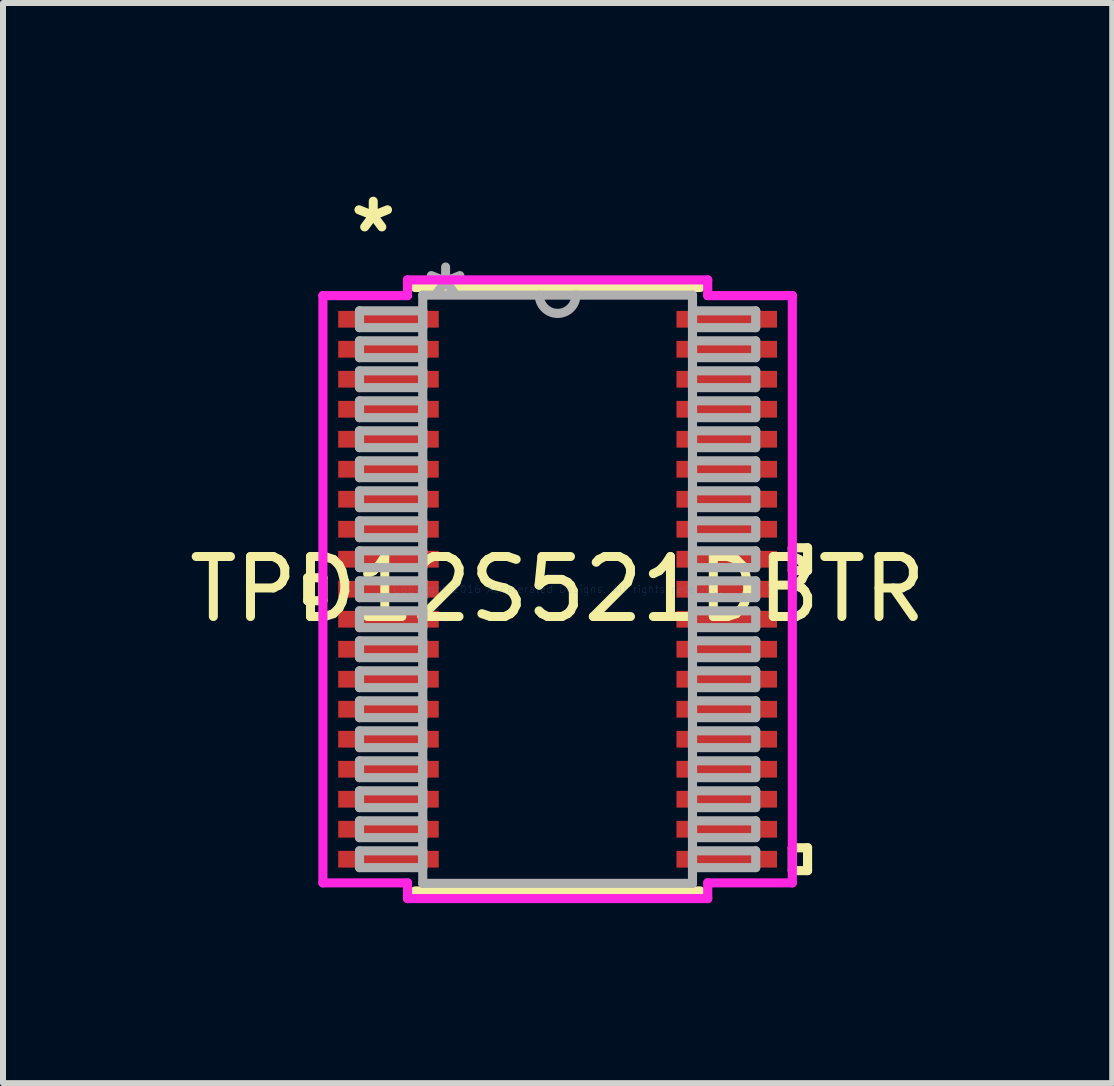
<source format=kicad_pcb>
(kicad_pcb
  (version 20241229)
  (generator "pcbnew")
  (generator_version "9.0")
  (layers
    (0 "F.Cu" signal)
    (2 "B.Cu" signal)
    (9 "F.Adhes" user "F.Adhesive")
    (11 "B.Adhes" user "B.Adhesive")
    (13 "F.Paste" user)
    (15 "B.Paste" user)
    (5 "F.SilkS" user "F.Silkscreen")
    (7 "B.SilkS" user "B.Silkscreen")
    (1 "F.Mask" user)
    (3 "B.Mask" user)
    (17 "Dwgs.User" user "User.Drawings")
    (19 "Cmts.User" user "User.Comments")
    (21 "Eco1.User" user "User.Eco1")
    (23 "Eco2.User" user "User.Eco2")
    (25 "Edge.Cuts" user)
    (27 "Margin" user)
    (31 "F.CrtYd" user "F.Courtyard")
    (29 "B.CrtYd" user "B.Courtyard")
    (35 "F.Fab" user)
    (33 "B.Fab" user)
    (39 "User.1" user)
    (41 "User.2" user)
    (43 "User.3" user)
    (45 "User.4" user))
  (footprint "TPD12S521DBTR"
    (layer "F.Cu")
    (at 6.244 6.771)
    (property "Reference" "TPD12S521DBTR" (at 0 0 0) (layer "F.SilkS") (effects (font (size 1 1) (thickness 0.15))))
    (attr through_hole)
    (fp_line (start -4.166 -0.191) (end -4.166 0.191) (stroke (width 0.152) (type solid)) (layer "F.SilkS"))
    (fp_line (start -4.166 0.191) (end -3.912 0.191) (stroke (width 0.152) (type solid)) (layer "F.SilkS"))
    (fp_line (start -3.912 -0.191) (end -4.166 -0.191) (stroke (width 0.152) (type solid)) (layer "F.SilkS"))
    (fp_line (start -3.912 0.191) (end -3.912 -0.191) (stroke (width 0.152) (type solid)) (layer "F.SilkS"))
    (fp_line (start -2.375 5.029) (end 2.375 5.029) (stroke (width 0.152) (type solid)) (layer "F.SilkS"))
    (fp_line (start 2.375 -5.029) (end -2.375 -5.029) (stroke (width 0.152) (type solid)) (layer "F.SilkS"))
    (fp_line (start 3.912 -0.691) (end 4.166 -0.691) (stroke (width 0.152) (type solid)) (layer "F.SilkS"))
    (fp_line (start 3.912 -0.31) (end 3.912 -0.691) (stroke (width 0.152) (type solid)) (layer "F.SilkS"))
    (fp_line (start 3.912 4.309) (end 4.166 4.309) (stroke (width 0.152) (type solid)) (layer "F.SilkS"))
    (fp_line (start 3.912 4.69) (end 3.912 4.309) (stroke (width 0.152) (type solid)) (layer "F.SilkS"))
    (fp_line (start 4.166 -0.691) (end 4.166 -0.31) (stroke (width 0.152) (type solid)) (layer "F.SilkS"))
    (fp_line (start 4.166 -0.31) (end 3.912 -0.31) (stroke (width 0.152) (type solid)) (layer "F.SilkS"))
    (fp_line (start 4.166 4.309) (end 4.166 4.69) (stroke (width 0.152) (type solid)) (layer "F.SilkS"))
    (fp_line (start 4.166 4.69) (end 3.912 4.69) (stroke (width 0.152) (type solid)) (layer "F.SilkS"))
    (fp_line (start -3.912 -4.894) (end -2.502 -4.894) (stroke (width 0.152) (type solid)) (layer "F.CrtYd"))
    (fp_line (start -3.912 4.894) (end -3.912 -4.894) (stroke (width 0.152) (type solid)) (layer "F.CrtYd"))
    (fp_line (start -2.502 -5.156) (end 2.502 -5.156) (stroke (width 0.152) (type solid)) (layer "F.CrtYd"))
    (fp_line (start -2.502 -4.894) (end -2.502 -5.156) (stroke (width 0.152) (type solid)) (layer "F.CrtYd"))
    (fp_line (start -2.502 4.894) (end -3.912 4.894) (stroke (width 0.152) (type solid)) (layer "F.CrtYd"))
    (fp_line (start -2.502 5.156) (end -2.502 4.894) (stroke (width 0.152) (type solid)) (layer "F.CrtYd"))
    (fp_line (start 2.502 -5.156) (end 2.502 -4.894) (stroke (width 0.152) (type solid)) (layer "F.CrtYd"))
    (fp_line (start 2.502 -4.894) (end 3.912 -4.894) (stroke (width 0.152) (type solid)) (layer "F.CrtYd"))
    (fp_line (start 2.502 4.894) (end 2.502 5.156) (stroke (width 0.152) (type solid)) (layer "F.CrtYd"))
    (fp_line (start 2.502 5.156) (end -2.502 5.156) (stroke (width 0.152) (type solid)) (layer "F.CrtYd"))
    (fp_line (start 3.912 -4.894) (end 3.912 4.894) (stroke (width 0.152) (type solid)) (layer "F.CrtYd"))
    (fp_line (start 3.912 4.894) (end 2.502 4.894) (stroke (width 0.152) (type solid)) (layer "F.CrtYd"))
    (fp_line (start -3.302 -4.64) (end -3.302 -4.36) (stroke (width 0.152) (type solid)) (layer "F.Fab"))
    (fp_line (start -3.302 -4.36) (end -2.248 -4.36) (stroke (width 0.152) (type solid)) (layer "F.Fab"))
    (fp_line (start -3.302 -4.14) (end -3.302 -3.86) (stroke (width 0.152) (type solid)) (layer "F.Fab"))
    (fp_line (start -3.302 -3.86) (end -2.248 -3.86) (stroke (width 0.152) (type solid)) (layer "F.Fab"))
    (fp_line (start -3.302 -3.64) (end -3.302 -3.36) (stroke (width 0.152) (type solid)) (layer "F.Fab"))
    (fp_line (start -3.302 -3.36) (end -2.248 -3.36) (stroke (width 0.152) (type solid)) (layer "F.Fab"))
    (fp_line (start -3.302 -3.14) (end -3.302 -2.86) (stroke (width 0.152) (type solid)) (layer "F.Fab"))
    (fp_line (start -3.302 -2.86) (end -2.248 -2.86) (stroke (width 0.152) (type solid)) (layer "F.Fab"))
    (fp_line (start -3.302 -2.64) (end -3.302 -2.36) (stroke (width 0.152) (type solid)) (layer "F.Fab"))
    (fp_line (start -3.302 -2.36) (end -2.248 -2.36) (stroke (width 0.152) (type solid)) (layer "F.Fab"))
    (fp_line (start -3.302 -2.14) (end -3.302 -1.86) (stroke (width 0.152) (type solid)) (layer "F.Fab"))
    (fp_line (start -3.302 -1.86) (end -2.248 -1.86) (stroke (width 0.152) (type solid)) (layer "F.Fab"))
    (fp_line (start -3.302 -1.64) (end -3.302 -1.36) (stroke (width 0.152) (type solid)) (layer "F.Fab"))
    (fp_line (start -3.302 -1.36) (end -2.248 -1.36) (stroke (width 0.152) (type solid)) (layer "F.Fab"))
    (fp_line (start -3.302 -1.14) (end -3.302 -0.86) (stroke (width 0.152) (type solid)) (layer "F.Fab"))
    (fp_line (start -3.302 -0.86) (end -2.248 -0.86) (stroke (width 0.152) (type solid)) (layer "F.Fab"))
    (fp_line (start -3.302 -0.64) (end -3.302 -0.36) (stroke (width 0.152) (type solid)) (layer "F.Fab"))
    (fp_line (start -3.302 -0.36) (end -2.248 -0.36) (stroke (width 0.152) (type solid)) (layer "F.Fab"))
    (fp_line (start -3.302 -0.14) (end -3.302 0.14) (stroke (width 0.152) (type solid)) (layer "F.Fab"))
    (fp_line (start -3.302 0.14) (end -2.248 0.14) (stroke (width 0.152) (type solid)) (layer "F.Fab"))
    (fp_line (start -3.302 0.36) (end -3.302 0.64) (stroke (width 0.152) (type solid)) (layer "F.Fab"))
    (fp_line (start -3.302 0.64) (end -2.248 0.64) (stroke (width 0.152) (type solid)) (layer "F.Fab"))
    (fp_line (start -3.302 0.86) (end -3.302 1.14) (stroke (width 0.152) (type solid)) (layer "F.Fab"))
    (fp_line (start -3.302 1.14) (end -2.248 1.14) (stroke (width 0.152) (type solid)) (layer "F.Fab"))
    (fp_line (start -3.302 1.36) (end -3.302 1.64) (stroke (width 0.152) (type solid)) (layer "F.Fab"))
    (fp_line (start -3.302 1.64) (end -2.248 1.64) (stroke (width 0.152) (type solid)) (layer "F.Fab"))
    (fp_line (start -3.302 1.86) (end -3.302 2.14) (stroke (width 0.152) (type solid)) (layer "F.Fab"))
    (fp_line (start -3.302 2.14) (end -2.248 2.14) (stroke (width 0.152) (type solid)) (layer "F.Fab"))
    (fp_line (start -3.302 2.36) (end -3.302 2.64) (stroke (width 0.152) (type solid)) (layer "F.Fab"))
    (fp_line (start -3.302 2.64) (end -2.248 2.64) (stroke (width 0.152) (type solid)) (layer "F.Fab"))
    (fp_line (start -3.302 2.86) (end -3.302 3.14) (stroke (width 0.152) (type solid)) (layer "F.Fab"))
    (fp_line (start -3.302 3.14) (end -2.248 3.14) (stroke (width 0.152) (type solid)) (layer "F.Fab"))
    (fp_line (start -3.302 3.36) (end -3.302 3.64) (stroke (width 0.152) (type solid)) (layer "F.Fab"))
    (fp_line (start -3.302 3.64) (end -2.248 3.64) (stroke (width 0.152) (type solid)) (layer "F.Fab"))
    (fp_line (start -3.302 3.86) (end -3.302 4.14) (stroke (width 0.152) (type solid)) (layer "F.Fab"))
    (fp_line (start -3.302 4.14) (end -2.248 4.14) (stroke (width 0.152) (type solid)) (layer "F.Fab"))
    (fp_line (start -3.302 4.36) (end -3.302 4.64) (stroke (width 0.152) (type solid)) (layer "F.Fab"))
    (fp_line (start -3.302 4.64) (end -2.248 4.64) (stroke (width 0.152) (type solid)) (layer "F.Fab"))
    (fp_line (start -2.248 -4.902) (end -2.248 4.902) (stroke (width 0.152) (type solid)) (layer "F.Fab"))
    (fp_line (start -2.248 -4.64) (end -3.302 -4.64) (stroke (width 0.152) (type solid)) (layer "F.Fab"))
    (fp_line (start -2.248 -4.36) (end -2.248 -4.64) (stroke (width 0.152) (type solid)) (layer "F.Fab"))
    (fp_line (start -2.248 -4.14) (end -3.302 -4.14) (stroke (width 0.152) (type solid)) (layer "F.Fab"))
    (fp_line (start -2.248 -3.86) (end -2.248 -4.14) (stroke (width 0.152) (type solid)) (layer "F.Fab"))
    (fp_line (start -2.248 -3.64) (end -3.302 -3.64) (stroke (width 0.152) (type solid)) (layer "F.Fab"))
    (fp_line (start -2.248 -3.36) (end -2.248 -3.64) (stroke (width 0.152) (type solid)) (layer "F.Fab"))
    (fp_line (start -2.248 -3.14) (end -3.302 -3.14) (stroke (width 0.152) (type solid)) (layer "F.Fab"))
    (fp_line (start -2.248 -2.86) (end -2.248 -3.14) (stroke (width 0.152) (type solid)) (layer "F.Fab"))
    (fp_line (start -2.248 -2.64) (end -3.302 -2.64) (stroke (width 0.152) (type solid)) (layer "F.Fab"))
    (fp_line (start -2.248 -2.36) (end -2.248 -2.64) (stroke (width 0.152) (type solid)) (layer "F.Fab"))
    (fp_line (start -2.248 -2.14) (end -3.302 -2.14) (stroke (width 0.152) (type solid)) (layer "F.Fab"))
    (fp_line (start -2.248 -1.86) (end -2.248 -2.14) (stroke (width 0.152) (type solid)) (layer "F.Fab"))
    (fp_line (start -2.248 -1.64) (end -3.302 -1.64) (stroke (width 0.152) (type solid)) (layer "F.Fab"))
    (fp_line (start -2.248 -1.36) (end -2.248 -1.64) (stroke (width 0.152) (type solid)) (layer "F.Fab"))
    (fp_line (start -2.248 -1.14) (end -3.302 -1.14) (stroke (width 0.152) (type solid)) (layer "F.Fab"))
    (fp_line (start -2.248 -0.86) (end -2.248 -1.14) (stroke (width 0.152) (type solid)) (layer "F.Fab"))
    (fp_line (start -2.248 -0.64) (end -3.302 -0.64) (stroke (width 0.152) (type solid)) (layer "F.Fab"))
    (fp_line (start -2.248 -0.36) (end -2.248 -0.64) (stroke (width 0.152) (type solid)) (layer "F.Fab"))
    (fp_line (start -2.248 -0.14) (end -3.302 -0.14) (stroke (width 0.152) (type solid)) (layer "F.Fab"))
    (fp_line (start -2.248 0.14) (end -2.248 -0.14) (stroke (width 0.152) (type solid)) (layer "F.Fab"))
    (fp_line (start -2.248 0.36) (end -3.302 0.36) (stroke (width 0.152) (type solid)) (layer "F.Fab"))
    (fp_line (start -2.248 0.64) (end -2.248 0.36) (stroke (width 0.152) (type solid)) (layer "F.Fab"))
    (fp_line (start -2.248 0.86) (end -3.302 0.86) (stroke (width 0.152) (type solid)) (layer "F.Fab"))
    (fp_line (start -2.248 1.14) (end -2.248 0.86) (stroke (width 0.152) (type solid)) (layer "F.Fab"))
    (fp_line (start -2.248 1.36) (end -3.302 1.36) (stroke (width 0.152) (type solid)) (layer "F.Fab"))
    (fp_line (start -2.248 1.64) (end -2.248 1.36) (stroke (width 0.152) (type solid)) (layer "F.Fab"))
    (fp_line (start -2.248 1.86) (end -3.302 1.86) (stroke (width 0.152) (type solid)) (layer "F.Fab"))
    (fp_line (start -2.248 2.14) (end -2.248 1.86) (stroke (width 0.152) (type solid)) (layer "F.Fab"))
    (fp_line (start -2.248 2.36) (end -3.302 2.36) (stroke (width 0.152) (type solid)) (layer "F.Fab"))
    (fp_line (start -2.248 2.64) (end -2.248 2.36) (stroke (width 0.152) (type solid)) (layer "F.Fab"))
    (fp_line (start -2.248 2.86) (end -3.302 2.86) (stroke (width 0.152) (type solid)) (layer "F.Fab"))
    (fp_line (start -2.248 3.14) (end -2.248 2.86) (stroke (width 0.152) (type solid)) (layer "F.Fab"))
    (fp_line (start -2.248 3.36) (end -3.302 3.36) (stroke (width 0.152) (type solid)) (layer "F.Fab"))
    (fp_line (start -2.248 3.64) (end -2.248 3.36) (stroke (width 0.152) (type solid)) (layer "F.Fab"))
    (fp_line (start -2.248 3.86) (end -3.302 3.86) (stroke (width 0.152) (type solid)) (layer "F.Fab"))
    (fp_line (start -2.248 4.14) (end -2.248 3.86) (stroke (width 0.152) (type solid)) (layer "F.Fab"))
    (fp_line (start -2.248 4.36) (end -3.302 4.36) (stroke (width 0.152) (type solid)) (layer "F.Fab"))
    (fp_line (start -2.248 4.64) (end -2.248 4.36) (stroke (width 0.152) (type solid)) (layer "F.Fab"))
    (fp_line (start -2.248 4.902) (end 2.248 4.902) (stroke (width 0.152) (type solid)) (layer "F.Fab"))
    (fp_line (start 2.248 -4.902) (end -2.248 -4.902) (stroke (width 0.152) (type solid)) (layer "F.Fab"))
    (fp_line (start 2.248 -4.64) (end 2.248 -4.36) (stroke (width 0.152) (type solid)) (layer "F.Fab"))
    (fp_line (start 2.248 -4.36) (end 3.302 -4.36) (stroke (width 0.152) (type solid)) (layer "F.Fab"))
    (fp_line (start 2.248 -4.14) (end 2.248 -3.86) (stroke (width 0.152) (type solid)) (layer "F.Fab"))
    (fp_line (start 2.248 -3.86) (end 3.302 -3.86) (stroke (width 0.152) (type solid)) (layer "F.Fab"))
    (fp_line (start 2.248 -3.64) (end 2.248 -3.36) (stroke (width 0.152) (type solid)) (layer "F.Fab"))
    (fp_line (start 2.248 -3.36) (end 3.302 -3.36) (stroke (width 0.152) (type solid)) (layer "F.Fab"))
    (fp_line (start 2.248 -3.14) (end 2.248 -2.86) (stroke (width 0.152) (type solid)) (layer "F.Fab"))
    (fp_line (start 2.248 -2.86) (end 3.302 -2.86) (stroke (width 0.152) (type solid)) (layer "F.Fab"))
    (fp_line (start 2.248 -2.64) (end 2.248 -2.36) (stroke (width 0.152) (type solid)) (layer "F.Fab"))
    (fp_line (start 2.248 -2.36) (end 3.302 -2.36) (stroke (width 0.152) (type solid)) (layer "F.Fab"))
    (fp_line (start 2.248 -2.14) (end 2.248 -1.86) (stroke (width 0.152) (type solid)) (layer "F.Fab"))
    (fp_line (start 2.248 -1.86) (end 3.302 -1.86) (stroke (width 0.152) (type solid)) (layer "F.Fab"))
    (fp_line (start 2.248 -1.64) (end 2.248 -1.36) (stroke (width 0.152) (type solid)) (layer "F.Fab"))
    (fp_line (start 2.248 -1.36) (end 3.302 -1.36) (stroke (width 0.152) (type solid)) (layer "F.Fab"))
    (fp_line (start 2.248 -1.14) (end 2.248 -0.86) (stroke (width 0.152) (type solid)) (layer "F.Fab"))
    (fp_line (start 2.248 -0.86) (end 3.302 -0.86) (stroke (width 0.152) (type solid)) (layer "F.Fab"))
    (fp_line (start 2.248 -0.64) (end 2.248 -0.36) (stroke (width 0.152) (type solid)) (layer "F.Fab"))
    (fp_line (start 2.248 -0.36) (end 3.302 -0.36) (stroke (width 0.152) (type solid)) (layer "F.Fab"))
    (fp_line (start 2.248 -0.14) (end 2.248 0.14) (stroke (width 0.152) (type solid)) (layer "F.Fab"))
    (fp_line (start 2.248 0.14) (end 3.302 0.14) (stroke (width 0.152) (type solid)) (layer "F.Fab"))
    (fp_line (start 2.248 0.36) (end 2.248 0.64) (stroke (width 0.152) (type solid)) (layer "F.Fab"))
    (fp_line (start 2.248 0.64) (end 3.302 0.64) (stroke (width 0.152) (type solid)) (layer "F.Fab"))
    (fp_line (start 2.248 0.86) (end 2.248 1.14) (stroke (width 0.152) (type solid)) (layer "F.Fab"))
    (fp_line (start 2.248 1.14) (end 3.302 1.14) (stroke (width 0.152) (type solid)) (layer "F.Fab"))
    (fp_line (start 2.248 1.36) (end 2.248 1.64) (stroke (width 0.152) (type solid)) (layer "F.Fab"))
    (fp_line (start 2.248 1.64) (end 3.302 1.64) (stroke (width 0.152) (type solid)) (layer "F.Fab"))
    (fp_line (start 2.248 1.86) (end 2.248 2.14) (stroke (width 0.152) (type solid)) (layer "F.Fab"))
    (fp_line (start 2.248 2.14) (end 3.302 2.14) (stroke (width 0.152) (type solid)) (layer "F.Fab"))
    (fp_line (start 2.248 2.36) (end 2.248 2.64) (stroke (width 0.152) (type solid)) (layer "F.Fab"))
    (fp_line (start 2.248 2.64) (end 3.302 2.64) (stroke (width 0.152) (type solid)) (layer "F.Fab"))
    (fp_line (start 2.248 2.86) (end 2.248 3.14) (stroke (width 0.152) (type solid)) (layer "F.Fab"))
    (fp_line (start 2.248 3.14) (end 3.302 3.14) (stroke (width 0.152) (type solid)) (layer "F.Fab"))
    (fp_line (start 2.248 3.36) (end 2.248 3.64) (stroke (width 0.152) (type solid)) (layer "F.Fab"))
    (fp_line (start 2.248 3.64) (end 3.302 3.64) (stroke (width 0.152) (type solid)) (layer "F.Fab"))
    (fp_line (start 2.248 3.86) (end 2.248 4.14) (stroke (width 0.152) (type solid)) (layer "F.Fab"))
    (fp_line (start 2.248 4.14) (end 3.302 4.14) (stroke (width 0.152) (type solid)) (layer "F.Fab"))
    (fp_line (start 2.248 4.36) (end 2.248 4.64) (stroke (width 0.152) (type solid)) (layer "F.Fab"))
    (fp_line (start 2.248 4.64) (end 3.302 4.64) (stroke (width 0.152) (type solid)) (layer "F.Fab"))
    (fp_line (start 2.248 4.902) (end 2.248 -4.902) (stroke (width 0.152) (type solid)) (layer "F.Fab"))
    (fp_line (start 3.302 -4.64) (end 2.248 -4.64) (stroke (width 0.152) (type solid)) (layer "F.Fab"))
    (fp_line (start 3.302 -4.36) (end 3.302 -4.64) (stroke (width 0.152) (type solid)) (layer "F.Fab"))
    (fp_line (start 3.302 -4.14) (end 2.248 -4.14) (stroke (width 0.152) (type solid)) (layer "F.Fab"))
    (fp_line (start 3.302 -3.86) (end 3.302 -4.14) (stroke (width 0.152) (type solid)) (layer "F.Fab"))
    (fp_line (start 3.302 -3.64) (end 2.248 -3.64) (stroke (width 0.152) (type solid)) (layer "F.Fab"))
    (fp_line (start 3.302 -3.36) (end 3.302 -3.64) (stroke (width 0.152) (type solid)) (layer "F.Fab"))
    (fp_line (start 3.302 -3.14) (end 2.248 -3.14) (stroke (width 0.152) (type solid)) (layer "F.Fab"))
    (fp_line (start 3.302 -2.86) (end 3.302 -3.14) (stroke (width 0.152) (type solid)) (layer "F.Fab"))
    (fp_line (start 3.302 -2.64) (end 2.248 -2.64) (stroke (width 0.152) (type solid)) (layer "F.Fab"))
    (fp_line (start 3.302 -2.36) (end 3.302 -2.64) (stroke (width 0.152) (type solid)) (layer "F.Fab"))
    (fp_line (start 3.302 -2.14) (end 2.248 -2.14) (stroke (width 0.152) (type solid)) (layer "F.Fab"))
    (fp_line (start 3.302 -1.86) (end 3.302 -2.14) (stroke (width 0.152) (type solid)) (layer "F.Fab"))
    (fp_line (start 3.302 -1.64) (end 2.248 -1.64) (stroke (width 0.152) (type solid)) (layer "F.Fab"))
    (fp_line (start 3.302 -1.36) (end 3.302 -1.64) (stroke (width 0.152) (type solid)) (layer "F.Fab"))
    (fp_line (start 3.302 -1.14) (end 2.248 -1.14) (stroke (width 0.152) (type solid)) (layer "F.Fab"))
    (fp_line (start 3.302 -0.86) (end 3.302 -1.14) (stroke (width 0.152) (type solid)) (layer "F.Fab"))
    (fp_line (start 3.302 -0.64) (end 2.248 -0.64) (stroke (width 0.152) (type solid)) (layer "F.Fab"))
    (fp_line (start 3.302 -0.36) (end 3.302 -0.64) (stroke (width 0.152) (type solid)) (layer "F.Fab"))
    (fp_line (start 3.302 -0.14) (end 2.248 -0.14) (stroke (width 0.152) (type solid)) (layer "F.Fab"))
    (fp_line (start 3.302 0.14) (end 3.302 -0.14) (stroke (width 0.152) (type solid)) (layer "F.Fab"))
    (fp_line (start 3.302 0.36) (end 2.248 0.36) (stroke (width 0.152) (type solid)) (layer "F.Fab"))
    (fp_line (start 3.302 0.64) (end 3.302 0.36) (stroke (width 0.152) (type solid)) (layer "F.Fab"))
    (fp_line (start 3.302 0.86) (end 2.248 0.86) (stroke (width 0.152) (type solid)) (layer "F.Fab"))
    (fp_line (start 3.302 1.14) (end 3.302 0.86) (stroke (width 0.152) (type solid)) (layer "F.Fab"))
    (fp_line (start 3.302 1.36) (end 2.248 1.36) (stroke (width 0.152) (type solid)) (layer "F.Fab"))
    (fp_line (start 3.302 1.64) (end 3.302 1.36) (stroke (width 0.152) (type solid)) (layer "F.Fab"))
    (fp_line (start 3.302 1.86) (end 2.248 1.86) (stroke (width 0.152) (type solid)) (layer "F.Fab"))
    (fp_line (start 3.302 2.14) (end 3.302 1.86) (stroke (width 0.152) (type solid)) (layer "F.Fab"))
    (fp_line (start 3.302 2.36) (end 2.248 2.36) (stroke (width 0.152) (type solid)) (layer "F.Fab"))
    (fp_line (start 3.302 2.64) (end 3.302 2.36) (stroke (width 0.152) (type solid)) (layer "F.Fab"))
    (fp_line (start 3.302 2.86) (end 2.248 2.86) (stroke (width 0.152) (type solid)) (layer "F.Fab"))
    (fp_line (start 3.302 3.14) (end 3.302 2.86) (stroke (width 0.152) (type solid)) (layer "F.Fab"))
    (fp_line (start 3.302 3.36) (end 2.248 3.36) (stroke (width 0.152) (type solid)) (layer "F.Fab"))
    (fp_line (start 3.302 3.64) (end 3.302 3.36) (stroke (width 0.152) (type solid)) (layer "F.Fab"))
    (fp_line (start 3.302 3.86) (end 2.248 3.86) (stroke (width 0.152) (type solid)) (layer "F.Fab"))
    (fp_line (start 3.302 4.14) (end 3.302 3.86) (stroke (width 0.152) (type solid)) (layer "F.Fab"))
    (fp_line (start 3.302 4.36) (end 2.248 4.36) (stroke (width 0.152) (type solid)) (layer "F.Fab"))
    (fp_line (start 3.302 4.64) (end 3.302 4.36) (stroke (width 0.152) (type solid)) (layer "F.Fab"))
    (fp_arc (start 0.3048 -4.9022) (mid 0 -4.5974) (end -0.3048 -4.9022) (stroke (width 0.1524) (type solid)) (layer "F.Fab"))
    (fp_text user "*" (at -3.073 -5.922 0) (layer "F.SilkS") (effects (font (size 1 1) (thickness 0.15))))
    (fp_text user "Copyright 2016 Accelerated Designs. All rights reserved." (at 0 0 0) (layer "Cmts.User") (effects (font (size 0.127 0.127) (thickness 0.002))))
    (fp_text user "*" (at -1.867 -4.826 0) (layer "F.Fab") (effects (font (size 1 1) (thickness 0.15))))
    (pad "1" smd rect (at -2.819 -4.5) (size 1.676 0.279) (layers "F.Cu" "F.Mask" "F.Paste"))
    (pad "2" smd rect (at -2.819 -4) (size 1.676 0.279) (layers "F.Cu" "F.Mask" "F.Paste"))
    (pad "3" smd rect (at -2.819 -3.5) (size 1.676 0.279) (layers "F.Cu" "F.Mask" "F.Paste"))
    (pad "4" smd rect (at -2.819 -3) (size 1.676 0.279) (layers "F.Cu" "F.Mask" "F.Paste"))
    (pad "5" smd rect (at -2.819 -2.5) (size 1.676 0.279) (layers "F.Cu" "F.Mask" "F.Paste"))
    (pad "6" smd rect (at -2.819 -2) (size 1.676 0.279) (layers "F.Cu" "F.Mask" "F.Paste"))
    (pad "7" smd rect (at -2.819 -1.5) (size 1.676 0.279) (layers "F.Cu" "F.Mask" "F.Paste"))
    (pad "8" smd rect (at -2.819 -1) (size 1.676 0.279) (layers "F.Cu" "F.Mask" "F.Paste"))
    (pad "9" smd rect (at -2.819 -0.5) (size 1.676 0.279) (layers "F.Cu" "F.Mask" "F.Paste"))
    (pad "10" smd rect (at -2.819 0) (size 1.676 0.279) (layers "F.Cu" "F.Mask" "F.Paste"))
    (pad "11" smd rect (at -2.819 0.5) (size 1.676 0.279) (layers "F.Cu" "F.Mask" "F.Paste"))
    (pad "12" smd rect (at -2.819 1) (size 1.676 0.279) (layers "F.Cu" "F.Mask" "F.Paste"))
    (pad "13" smd rect (at -2.819 1.5) (size 1.676 0.279) (layers "F.Cu" "F.Mask" "F.Paste"))
    (pad "14" smd rect (at -2.819 2) (size 1.676 0.279) (layers "F.Cu" "F.Mask" "F.Paste"))
    (pad "15" smd rect (at -2.819 2.5) (size 1.676 0.279) (layers "F.Cu" "F.Mask" "F.Paste"))
    (pad "16" smd rect (at -2.819 3) (size 1.676 0.279) (layers "F.Cu" "F.Mask" "F.Paste"))
    (pad "17" smd rect (at -2.819 3.5) (size 1.676 0.279) (layers "F.Cu" "F.Mask" "F.Paste"))
    (pad "18" smd rect (at -2.819 4) (size 1.676 0.279) (layers "F.Cu" "F.Mask" "F.Paste"))
    (pad "19" smd rect (at -2.819 4.5) (size 1.676 0.279) (layers "F.Cu" "F.Mask" "F.Paste"))
    (pad "20" smd rect (at 2.819 4.5) (size 1.676 0.279) (layers "F.Cu" "F.Mask" "F.Paste"))
    (pad "21" smd rect (at 2.819 4) (size 1.676 0.279) (layers "F.Cu" "F.Mask" "F.Paste"))
    (pad "22" smd rect (at 2.819 3.5) (size 1.676 0.279) (layers "F.Cu" "F.Mask" "F.Paste"))
    (pad "23" smd rect (at 2.819 3) (size 1.676 0.279) (layers "F.Cu" "F.Mask" "F.Paste"))
    (pad "24" smd rect (at 2.819 2.5) (size 1.676 0.279) (layers "F.Cu" "F.Mask" "F.Paste"))
    (pad "25" smd rect (at 2.819 2) (size 1.676 0.279) (layers "F.Cu" "F.Mask" "F.Paste"))
    (pad "26" smd rect (at 2.819 1.5) (size 1.676 0.279) (layers "F.Cu" "F.Mask" "F.Paste"))
    (pad "27" smd rect (at 2.819 1) (size 1.676 0.279) (layers "F.Cu" "F.Mask" "F.Paste"))
    (pad "28" smd rect (at 2.819 0.5) (size 1.676 0.279) (layers "F.Cu" "F.Mask" "F.Paste"))
    (pad "29" smd rect (at 2.819 0) (size 1.676 0.279) (layers "F.Cu" "F.Mask" "F.Paste"))
    (pad "30" smd rect (at 2.819 -0.5) (size 1.676 0.279) (layers "F.Cu" "F.Mask" "F.Paste"))
    (pad "31" smd rect (at 2.819 -1) (size 1.676 0.279) (layers "F.Cu" "F.Mask" "F.Paste"))
    (pad "32" smd rect (at 2.819 -1.5) (size 1.676 0.279) (layers "F.Cu" "F.Mask" "F.Paste"))
    (pad "33" smd rect (at 2.819 -2) (size 1.676 0.279) (layers "F.Cu" "F.Mask" "F.Paste"))
    (pad "34" smd rect (at 2.819 -2.5) (size 1.676 0.279) (layers "F.Cu" "F.Mask" "F.Paste"))
    (pad "35" smd rect (at 2.819 -3) (size 1.676 0.279) (layers "F.Cu" "F.Mask" "F.Paste"))
    (pad "36" smd rect (at 2.819 -3.5) (size 1.676 0.279) (layers "F.Cu" "F.Mask" "F.Paste"))
    (pad "37" smd rect (at 2.819 -4) (size 1.676 0.279) (layers "F.Cu" "F.Mask" "F.Paste"))
    (pad "38" smd rect (at 2.819 -4.5) (size 1.676 0.279) (layers "F.Cu" "F.Mask" "F.Paste")))
  (gr_rect
    (start -3 -3)
    (end 15.488 15.003)
    (stroke (width 0.1) (type default))
    (fill no)
    (layer "Edge.Cuts")))
</source>
